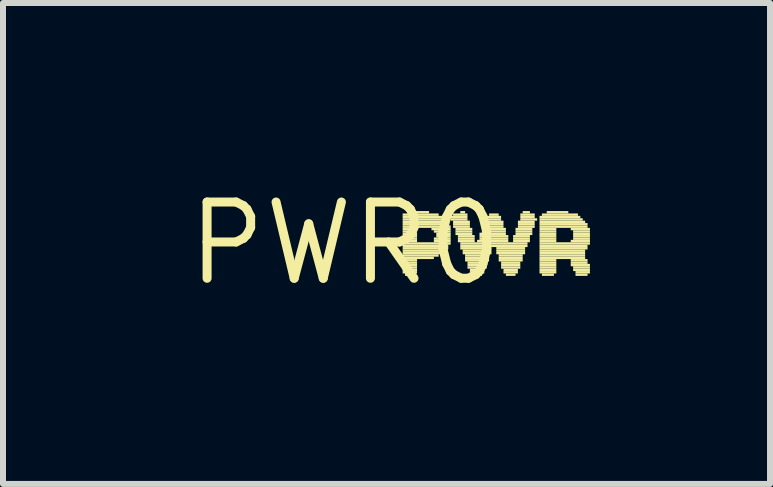
<source format=kicad_pcb>
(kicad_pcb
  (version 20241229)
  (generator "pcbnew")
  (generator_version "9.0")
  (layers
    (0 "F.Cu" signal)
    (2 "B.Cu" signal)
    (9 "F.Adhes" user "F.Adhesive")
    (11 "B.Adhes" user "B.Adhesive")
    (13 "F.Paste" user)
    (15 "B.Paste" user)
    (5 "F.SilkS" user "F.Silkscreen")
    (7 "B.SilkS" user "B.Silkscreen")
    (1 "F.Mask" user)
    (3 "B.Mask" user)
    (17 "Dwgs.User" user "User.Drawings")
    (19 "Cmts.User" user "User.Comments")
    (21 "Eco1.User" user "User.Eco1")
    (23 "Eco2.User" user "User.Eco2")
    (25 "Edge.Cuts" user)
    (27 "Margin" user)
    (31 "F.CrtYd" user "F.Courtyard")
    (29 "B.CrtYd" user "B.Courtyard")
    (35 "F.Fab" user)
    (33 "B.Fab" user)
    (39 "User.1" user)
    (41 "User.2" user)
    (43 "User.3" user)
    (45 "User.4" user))
  (footprint "PWR0"
    (layer "F.Cu")
    (at 2.698 1.006)
    (property "Reference" "PWR0" (at 0 0 0) (layer "F.SilkS") (effects (font (size 1.27 1.27) (thickness 0.15))))
    (fp_poly (pts (xy 0.96 -0.46) (xy 1.56 -0.46) (xy 1.56 -0.5) (xy 0.96 -0.5)) (stroke (width 0) (type default)) (fill yes) (layer "F.SilkS"))
    (fp_poly (pts (xy 0.96 -0.42) (xy 1.64 -0.42) (xy 1.64 -0.46) (xy 0.96 -0.46)) (stroke (width 0) (type default)) (fill yes) (layer "F.SilkS"))
    (fp_poly (pts (xy 0.96 -0.38) (xy 1.68 -0.38) (xy 1.68 -0.42) (xy 0.96 -0.42)) (stroke (width 0) (type default)) (fill yes) (layer "F.SilkS"))
    (fp_poly (pts (xy 0.96 -0.34) (xy 1.72 -0.34) (xy 1.72 -0.38) (xy 0.96 -0.38)) (stroke (width 0) (type default)) (fill yes) (layer "F.SilkS"))
    (fp_poly (pts (xy 0.96 -0.3) (xy 1.72 -0.3) (xy 1.72 -0.34) (xy 0.96 -0.34)) (stroke (width 0) (type default)) (fill yes) (layer "F.SilkS"))
    (fp_poly (pts (xy 0.96 -0.26) (xy 1.76 -0.26) (xy 1.76 -0.3) (xy 0.96 -0.3)) (stroke (width 0) (type default)) (fill yes) (layer "F.SilkS"))
    (fp_poly (pts (xy 0.96 -0.22) (xy 1.2 -0.22) (xy 1.2 -0.26) (xy 0.96 -0.26)) (stroke (width 0) (type default)) (fill yes) (layer "F.SilkS"))
    (fp_poly (pts (xy 0.96 -0.18) (xy 1.2 -0.18) (xy 1.2 -0.22) (xy 0.96 -0.22)) (stroke (width 0) (type default)) (fill yes) (layer "F.SilkS"))
    (fp_poly (pts (xy 0.96 -0.14) (xy 1.2 -0.14) (xy 1.2 -0.18) (xy 0.96 -0.18)) (stroke (width 0) (type default)) (fill yes) (layer "F.SilkS"))
    (fp_poly (pts (xy 0.96 -0.1) (xy 1.2 -0.1) (xy 1.2 -0.14) (xy 0.96 -0.14)) (stroke (width 0) (type default)) (fill yes) (layer "F.SilkS"))
    (fp_poly (pts (xy 0.96 -0.06) (xy 1.2 -0.06) (xy 1.2 -0.1) (xy 0.96 -0.1)) (stroke (width 0) (type default)) (fill yes) (layer "F.SilkS"))
    (fp_poly (pts (xy 0.96 -0.02) (xy 1.2 -0.02) (xy 1.2 -0.06) (xy 0.96 -0.06)) (stroke (width 0) (type default)) (fill yes) (layer "F.SilkS"))
    (fp_poly (pts (xy 0.96 0.02) (xy 1.76 0.02) (xy 1.76 -0.02) (xy 0.96 -0.02)) (stroke (width 0) (type default)) (fill yes) (layer "F.SilkS"))
    (fp_poly (pts (xy 0.96 0.06) (xy 1.72 0.06) (xy 1.72 0.02) (xy 0.96 0.02)) (stroke (width 0) (type default)) (fill yes) (layer "F.SilkS"))
    (fp_poly (pts (xy 0.96 0.1) (xy 1.72 0.1) (xy 1.72 0.06) (xy 0.96 0.06)) (stroke (width 0) (type default)) (fill yes) (layer "F.SilkS"))
    (fp_poly (pts (xy 0.96 0.14) (xy 1.68 0.14) (xy 1.68 0.1) (xy 0.96 0.1)) (stroke (width 0) (type default)) (fill yes) (layer "F.SilkS"))
    (fp_poly (pts (xy 0.96 0.18) (xy 1.64 0.18) (xy 1.64 0.14) (xy 0.96 0.14)) (stroke (width 0) (type default)) (fill yes) (layer "F.SilkS"))
    (fp_poly (pts (xy 0.96 0.22) (xy 1.56 0.22) (xy 1.56 0.18) (xy 0.96 0.18)) (stroke (width 0) (type default)) (fill yes) (layer "F.SilkS"))
    (fp_poly (pts (xy 0.96 0.26) (xy 1.48 0.26) (xy 1.48 0.22) (xy 0.96 0.22)) (stroke (width 0) (type default)) (fill yes) (layer "F.SilkS"))
    (fp_poly (pts (xy 0.96 0.3) (xy 1.2 0.3) (xy 1.2 0.26) (xy 0.96 0.26)) (stroke (width 0) (type default)) (fill yes) (layer "F.SilkS"))
    (fp_poly (pts (xy 0.96 0.34) (xy 1.2 0.34) (xy 1.2 0.3) (xy 0.96 0.3)) (stroke (width 0) (type default)) (fill yes) (layer "F.SilkS"))
    (fp_poly (pts (xy 0.96 0.38) (xy 1.2 0.38) (xy 1.2 0.34) (xy 0.96 0.34)) (stroke (width 0) (type default)) (fill yes) (layer "F.SilkS"))
    (fp_poly (pts (xy 0.96 0.42) (xy 1.2 0.42) (xy 1.2 0.38) (xy 0.96 0.38)) (stroke (width 0) (type default)) (fill yes) (layer "F.SilkS"))
    (fp_poly (pts (xy 0.96 0.46) (xy 1.2 0.46) (xy 1.2 0.42) (xy 0.96 0.42)) (stroke (width 0) (type default)) (fill yes) (layer "F.SilkS"))
    (fp_poly (pts (xy 0.96 0.5) (xy 1.2 0.5) (xy 1.2 0.46) (xy 0.96 0.46)) (stroke (width 0) (type default)) (fill yes) (layer "F.SilkS"))
    (fp_poly (pts (xy 1 0.54) (xy 1.16 0.54) (xy 1.16 0.5) (xy 1 0.5)) (stroke (width 0) (type default)) (fill yes) (layer "F.SilkS"))
    (fp_poly (pts (xy 1.04 -0.5) (xy 1.4 -0.5) (xy 1.4 -0.54) (xy 1.04 -0.54)) (stroke (width 0) (type default)) (fill yes) (layer "F.SilkS"))
    (fp_poly (pts (xy 1.44 -0.22) (xy 1.76 -0.22) (xy 1.76 -0.26) (xy 1.44 -0.26)) (stroke (width 0) (type default)) (fill yes) (layer "F.SilkS"))
    (fp_poly (pts (xy 1.48 -0.18) (xy 1.76 -0.18) (xy 1.76 -0.22) (xy 1.48 -0.22)) (stroke (width 0) (type default)) (fill yes) (layer "F.SilkS"))
    (fp_poly (pts (xy 1.48 -0.06) (xy 1.76 -0.06) (xy 1.76 -0.1) (xy 1.48 -0.1)) (stroke (width 0) (type default)) (fill yes) (layer "F.SilkS"))
    (fp_poly (pts (xy 1.48 -0.02) (xy 1.76 -0.02) (xy 1.76 -0.06) (xy 1.48 -0.06)) (stroke (width 0) (type default)) (fill yes) (layer "F.SilkS"))
    (fp_poly (pts (xy 1.52 -0.14) (xy 1.76 -0.14) (xy 1.76 -0.18) (xy 1.52 -0.18)) (stroke (width 0) (type default)) (fill yes) (layer "F.SilkS"))
    (fp_poly (pts (xy 1.52 -0.1) (xy 1.76 -0.1) (xy 1.76 -0.14) (xy 1.52 -0.14)) (stroke (width 0) (type default)) (fill yes) (layer "F.SilkS"))
    (fp_poly (pts (xy 1.76 -0.42) (xy 2.04 -0.42) (xy 2.04 -0.46) (xy 1.76 -0.46)) (stroke (width 0) (type default)) (fill yes) (layer "F.SilkS"))
    (fp_poly (pts (xy 1.76 -0.38) (xy 2.04 -0.38) (xy 2.04 -0.42) (xy 1.76 -0.42)) (stroke (width 0) (type default)) (fill yes) (layer "F.SilkS"))
    (fp_poly (pts (xy 1.8 -0.46) (xy 2.04 -0.46) (xy 2.04 -0.5) (xy 1.8 -0.5)) (stroke (width 0) (type default)) (fill yes) (layer "F.SilkS"))
    (fp_poly (pts (xy 1.8 -0.34) (xy 2.08 -0.34) (xy 2.08 -0.38) (xy 1.8 -0.38)) (stroke (width 0) (type default)) (fill yes) (layer "F.SilkS"))
    (fp_poly (pts (xy 1.8 -0.3) (xy 2.08 -0.3) (xy 2.08 -0.34) (xy 1.8 -0.34)) (stroke (width 0) (type default)) (fill yes) (layer "F.SilkS"))
    (fp_poly (pts (xy 1.8 -0.26) (xy 2.08 -0.26) (xy 2.08 -0.3) (xy 1.8 -0.3)) (stroke (width 0) (type default)) (fill yes) (layer "F.SilkS"))
    (fp_poly (pts (xy 1.84 -0.22) (xy 2.12 -0.22) (xy 2.12 -0.26) (xy 1.84 -0.26)) (stroke (width 0) (type default)) (fill yes) (layer "F.SilkS"))
    (fp_poly (pts (xy 1.84 -0.18) (xy 2.12 -0.18) (xy 2.12 -0.22) (xy 1.84 -0.22)) (stroke (width 0) (type default)) (fill yes) (layer "F.SilkS"))
    (fp_poly (pts (xy 1.84 -0.14) (xy 2.12 -0.14) (xy 2.12 -0.18) (xy 1.84 -0.18)) (stroke (width 0) (type default)) (fill yes) (layer "F.SilkS"))
    (fp_poly (pts (xy 1.88 -0.1) (xy 2.16 -0.1) (xy 2.16 -0.14) (xy 1.88 -0.14)) (stroke (width 0) (type default)) (fill yes) (layer "F.SilkS"))
    (fp_poly (pts (xy 1.88 -0.06) (xy 2.16 -0.06) (xy 2.16 -0.1) (xy 1.88 -0.1)) (stroke (width 0) (type default)) (fill yes) (layer "F.SilkS"))
    (fp_poly (pts (xy 1.88 -0.02) (xy 2.16 -0.02) (xy 2.16 -0.06) (xy 1.88 -0.06)) (stroke (width 0) (type default)) (fill yes) (layer "F.SilkS"))
    (fp_poly (pts (xy 1.92 -0.5) (xy 2 -0.5) (xy 2 -0.54) (xy 1.92 -0.54)) (stroke (width 0) (type default)) (fill yes) (layer "F.SilkS"))
    (fp_poly (pts (xy 1.92 0.02) (xy 3.04 0.02) (xy 3.04 -0.02) (xy 1.92 -0.02)) (stroke (width 0) (type default)) (fill yes) (layer "F.SilkS"))
    (fp_poly (pts (xy 1.92 0.06) (xy 3.04 0.06) (xy 3.04 0.02) (xy 1.92 0.02)) (stroke (width 0) (type default)) (fill yes) (layer "F.SilkS"))
    (fp_poly (pts (xy 1.92 0.1) (xy 2.44 0.1) (xy 2.44 0.06) (xy 1.92 0.06)) (stroke (width 0) (type default)) (fill yes) (layer "F.SilkS"))
    (fp_poly (pts (xy 1.96 0.14) (xy 2.44 0.14) (xy 2.44 0.1) (xy 1.96 0.1)) (stroke (width 0) (type default)) (fill yes) (layer "F.SilkS"))
    (fp_poly (pts (xy 1.96 0.18) (xy 2.44 0.18) (xy 2.44 0.14) (xy 1.96 0.14)) (stroke (width 0) (type default)) (fill yes) (layer "F.SilkS"))
    (fp_poly (pts (xy 2 0.22) (xy 2.4 0.22) (xy 2.4 0.18) (xy 2 0.18)) (stroke (width 0) (type default)) (fill yes) (layer "F.SilkS"))
    (fp_poly (pts (xy 2 0.26) (xy 2.4 0.26) (xy 2.4 0.22) (xy 2 0.22)) (stroke (width 0) (type default)) (fill yes) (layer "F.SilkS"))
    (fp_poly (pts (xy 2 0.3) (xy 2.4 0.3) (xy 2.4 0.26) (xy 2 0.26)) (stroke (width 0) (type default)) (fill yes) (layer "F.SilkS"))
    (fp_poly (pts (xy 2.04 0.34) (xy 2.36 0.34) (xy 2.36 0.3) (xy 2.04 0.3)) (stroke (width 0) (type default)) (fill yes) (layer "F.SilkS"))
    (fp_poly (pts (xy 2.04 0.38) (xy 2.36 0.38) (xy 2.36 0.34) (xy 2.04 0.34)) (stroke (width 0) (type default)) (fill yes) (layer "F.SilkS"))
    (fp_poly (pts (xy 2.04 0.42) (xy 2.36 0.42) (xy 2.36 0.38) (xy 2.04 0.38)) (stroke (width 0) (type default)) (fill yes) (layer "F.SilkS"))
    (fp_poly (pts (xy 2.08 0.46) (xy 2.32 0.46) (xy 2.32 0.42) (xy 2.08 0.42)) (stroke (width 0) (type default)) (fill yes) (layer "F.SilkS"))
    (fp_poly (pts (xy 2.08 0.5) (xy 2.32 0.5) (xy 2.32 0.46) (xy 2.08 0.46)) (stroke (width 0) (type default)) (fill yes) (layer "F.SilkS"))
    (fp_poly (pts (xy 2.12 0.54) (xy 2.28 0.54) (xy 2.28 0.5) (xy 2.12 0.5)) (stroke (width 0) (type default)) (fill yes) (layer "F.SilkS"))
    (fp_poly (pts (xy 2.2 -0.02) (xy 2.72 -0.02) (xy 2.72 -0.06) (xy 2.2 -0.06)) (stroke (width 0) (type default)) (fill yes) (layer "F.SilkS"))
    (fp_poly (pts (xy 2.24 -0.14) (xy 2.68 -0.14) (xy 2.68 -0.18) (xy 2.24 -0.18)) (stroke (width 0) (type default)) (fill yes) (layer "F.SilkS"))
    (fp_poly (pts (xy 2.24 -0.1) (xy 2.72 -0.1) (xy 2.72 -0.14) (xy 2.24 -0.14)) (stroke (width 0) (type default)) (fill yes) (layer "F.SilkS"))
    (fp_poly (pts (xy 2.24 -0.06) (xy 2.72 -0.06) (xy 2.72 -0.1) (xy 2.24 -0.1)) (stroke (width 0) (type default)) (fill yes) (layer "F.SilkS"))
    (fp_poly (pts (xy 2.28 -0.26) (xy 2.64 -0.26) (xy 2.64 -0.3) (xy 2.28 -0.3)) (stroke (width 0) (type default)) (fill yes) (layer "F.SilkS"))
    (fp_poly (pts (xy 2.28 -0.22) (xy 2.68 -0.22) (xy 2.68 -0.26) (xy 2.28 -0.26)) (stroke (width 0) (type default)) (fill yes) (layer "F.SilkS"))
    (fp_poly (pts (xy 2.28 -0.18) (xy 2.68 -0.18) (xy 2.68 -0.22) (xy 2.28 -0.22)) (stroke (width 0) (type default)) (fill yes) (layer "F.SilkS"))
    (fp_poly (pts (xy 2.32 -0.38) (xy 2.6 -0.38) (xy 2.6 -0.42) (xy 2.32 -0.42)) (stroke (width 0) (type default)) (fill yes) (layer "F.SilkS"))
    (fp_poly (pts (xy 2.32 -0.34) (xy 2.64 -0.34) (xy 2.64 -0.38) (xy 2.32 -0.38)) (stroke (width 0) (type default)) (fill yes) (layer "F.SilkS"))
    (fp_poly (pts (xy 2.32 -0.3) (xy 2.64 -0.3) (xy 2.64 -0.34) (xy 2.32 -0.34)) (stroke (width 0) (type default)) (fill yes) (layer "F.SilkS"))
    (fp_poly (pts (xy 2.36 -0.42) (xy 2.6 -0.42) (xy 2.6 -0.46) (xy 2.36 -0.46)) (stroke (width 0) (type default)) (fill yes) (layer "F.SilkS"))
    (fp_poly (pts (xy 2.4 -0.46) (xy 2.56 -0.46) (xy 2.56 -0.5) (xy 2.4 -0.5)) (stroke (width 0) (type default)) (fill yes) (layer "F.SilkS"))
    (fp_poly (pts (xy 2.52 0.1) (xy 3 0.1) (xy 3 0.06) (xy 2.52 0.06)) (stroke (width 0) (type default)) (fill yes) (layer "F.SilkS"))
    (fp_poly (pts (xy 2.52 0.14) (xy 3 0.14) (xy 3 0.1) (xy 2.52 0.1)) (stroke (width 0) (type default)) (fill yes) (layer "F.SilkS"))
    (fp_poly (pts (xy 2.52 0.18) (xy 3 0.18) (xy 3 0.14) (xy 2.52 0.14)) (stroke (width 0) (type default)) (fill yes) (layer "F.SilkS"))
    (fp_poly (pts (xy 2.56 0.22) (xy 2.96 0.22) (xy 2.96 0.18) (xy 2.56 0.18)) (stroke (width 0) (type default)) (fill yes) (layer "F.SilkS"))
    (fp_poly (pts (xy 2.56 0.26) (xy 2.96 0.26) (xy 2.96 0.22) (xy 2.56 0.22)) (stroke (width 0) (type default)) (fill yes) (layer "F.SilkS"))
    (fp_poly (pts (xy 2.56 0.3) (xy 2.96 0.3) (xy 2.96 0.26) (xy 2.56 0.26)) (stroke (width 0) (type default)) (fill yes) (layer "F.SilkS"))
    (fp_poly (pts (xy 2.6 0.34) (xy 2.92 0.34) (xy 2.92 0.3) (xy 2.6 0.3)) (stroke (width 0) (type default)) (fill yes) (layer "F.SilkS"))
    (fp_poly (pts (xy 2.6 0.38) (xy 2.92 0.38) (xy 2.92 0.34) (xy 2.6 0.34)) (stroke (width 0) (type default)) (fill yes) (layer "F.SilkS"))
    (fp_poly (pts (xy 2.6 0.42) (xy 2.92 0.42) (xy 2.92 0.38) (xy 2.6 0.38)) (stroke (width 0) (type default)) (fill yes) (layer "F.SilkS"))
    (fp_poly (pts (xy 2.64 0.46) (xy 2.88 0.46) (xy 2.88 0.42) (xy 2.64 0.42)) (stroke (width 0) (type default)) (fill yes) (layer "F.SilkS"))
    (fp_poly (pts (xy 2.64 0.5) (xy 2.88 0.5) (xy 2.88 0.46) (xy 2.64 0.46)) (stroke (width 0) (type default)) (fill yes) (layer "F.SilkS"))
    (fp_poly (pts (xy 2.68 0.54) (xy 2.84 0.54) (xy 2.84 0.5) (xy 2.68 0.5)) (stroke (width 0) (type default)) (fill yes) (layer "F.SilkS"))
    (fp_poly (pts (xy 2.8 -0.1) (xy 3.08 -0.1) (xy 3.08 -0.14) (xy 2.8 -0.14)) (stroke (width 0) (type default)) (fill yes) (layer "F.SilkS"))
    (fp_poly (pts (xy 2.8 -0.06) (xy 3.08 -0.06) (xy 3.08 -0.1) (xy 2.8 -0.1)) (stroke (width 0) (type default)) (fill yes) (layer "F.SilkS"))
    (fp_poly (pts (xy 2.8 -0.02) (xy 3.08 -0.02) (xy 3.08 -0.06) (xy 2.8 -0.06)) (stroke (width 0) (type default)) (fill yes) (layer "F.SilkS"))
    (fp_poly (pts (xy 2.84 -0.22) (xy 3.12 -0.22) (xy 3.12 -0.26) (xy 2.84 -0.26)) (stroke (width 0) (type default)) (fill yes) (layer "F.SilkS"))
    (fp_poly (pts (xy 2.84 -0.18) (xy 3.12 -0.18) (xy 3.12 -0.22) (xy 2.84 -0.22)) (stroke (width 0) (type default)) (fill yes) (layer "F.SilkS"))
    (fp_poly (pts (xy 2.84 -0.14) (xy 3.12 -0.14) (xy 3.12 -0.18) (xy 2.84 -0.18)) (stroke (width 0) (type default)) (fill yes) (layer "F.SilkS"))
    (fp_poly (pts (xy 2.88 -0.34) (xy 3.16 -0.34) (xy 3.16 -0.38) (xy 2.88 -0.38)) (stroke (width 0) (type default)) (fill yes) (layer "F.SilkS"))
    (fp_poly (pts (xy 2.88 -0.3) (xy 3.16 -0.3) (xy 3.16 -0.34) (xy 2.88 -0.34)) (stroke (width 0) (type default)) (fill yes) (layer "F.SilkS"))
    (fp_poly (pts (xy 2.88 -0.26) (xy 3.16 -0.26) (xy 3.16 -0.3) (xy 2.88 -0.3)) (stroke (width 0) (type default)) (fill yes) (layer "F.SilkS"))
    (fp_poly (pts (xy 2.92 -0.46) (xy 3.16 -0.46) (xy 3.16 -0.5) (xy 2.92 -0.5)) (stroke (width 0) (type default)) (fill yes) (layer "F.SilkS"))
    (fp_poly (pts (xy 2.92 -0.42) (xy 3.16 -0.42) (xy 3.16 -0.46) (xy 2.92 -0.46)) (stroke (width 0) (type default)) (fill yes) (layer "F.SilkS"))
    (fp_poly (pts (xy 2.92 -0.38) (xy 3.2 -0.38) (xy 3.2 -0.42) (xy 2.92 -0.42)) (stroke (width 0) (type default)) (fill yes) (layer "F.SilkS"))
    (fp_poly (pts (xy 2.96 -0.5) (xy 3.08 -0.5) (xy 3.08 -0.54) (xy 2.96 -0.54)) (stroke (width 0) (type default)) (fill yes) (layer "F.SilkS"))
    (fp_poly (pts (xy 3.24 -0.42) (xy 3.92 -0.42) (xy 3.92 -0.46) (xy 3.24 -0.46)) (stroke (width 0) (type default)) (fill yes) (layer "F.SilkS"))
    (fp_poly (pts (xy 3.24 -0.38) (xy 3.96 -0.38) (xy 3.96 -0.42) (xy 3.24 -0.42)) (stroke (width 0) (type default)) (fill yes) (layer "F.SilkS"))
    (fp_poly (pts (xy 3.24 -0.34) (xy 4 -0.34) (xy 4 -0.38) (xy 3.24 -0.38)) (stroke (width 0) (type default)) (fill yes) (layer "F.SilkS"))
    (fp_poly (pts (xy 3.24 -0.3) (xy 4.04 -0.3) (xy 4.04 -0.34) (xy 3.24 -0.34)) (stroke (width 0) (type default)) (fill yes) (layer "F.SilkS"))
    (fp_poly (pts (xy 3.24 -0.26) (xy 4.04 -0.26) (xy 4.04 -0.3) (xy 3.24 -0.3)) (stroke (width 0) (type default)) (fill yes) (layer "F.SilkS"))
    (fp_poly (pts (xy 3.24 -0.22) (xy 3.52 -0.22) (xy 3.52 -0.26) (xy 3.24 -0.26)) (stroke (width 0) (type default)) (fill yes) (layer "F.SilkS"))
    (fp_poly (pts (xy 3.24 -0.18) (xy 3.52 -0.18) (xy 3.52 -0.22) (xy 3.24 -0.22)) (stroke (width 0) (type default)) (fill yes) (layer "F.SilkS"))
    (fp_poly (pts (xy 3.24 -0.14) (xy 3.52 -0.14) (xy 3.52 -0.18) (xy 3.24 -0.18)) (stroke (width 0) (type default)) (fill yes) (layer "F.SilkS"))
    (fp_poly (pts (xy 3.24 -0.1) (xy 3.52 -0.1) (xy 3.52 -0.14) (xy 3.24 -0.14)) (stroke (width 0) (type default)) (fill yes) (layer "F.SilkS"))
    (fp_poly (pts (xy 3.24 -0.06) (xy 3.52 -0.06) (xy 3.52 -0.1) (xy 3.24 -0.1)) (stroke (width 0) (type default)) (fill yes) (layer "F.SilkS"))
    (fp_poly (pts (xy 3.24 -0.02) (xy 3.52 -0.02) (xy 3.52 -0.06) (xy 3.24 -0.06)) (stroke (width 0) (type default)) (fill yes) (layer "F.SilkS"))
    (fp_poly (pts (xy 3.24 0.02) (xy 4.08 0.02) (xy 4.08 -0.02) (xy 3.24 -0.02)) (stroke (width 0) (type default)) (fill yes) (layer "F.SilkS"))
    (fp_poly (pts (xy 3.24 0.06) (xy 4.04 0.06) (xy 4.04 0.02) (xy 3.24 0.02)) (stroke (width 0) (type default)) (fill yes) (layer "F.SilkS"))
    (fp_poly (pts (xy 3.24 0.1) (xy 4.04 0.1) (xy 4.04 0.06) (xy 3.24 0.06)) (stroke (width 0) (type default)) (fill yes) (layer "F.SilkS"))
    (fp_poly (pts (xy 3.24 0.14) (xy 4 0.14) (xy 4 0.1) (xy 3.24 0.1)) (stroke (width 0) (type default)) (fill yes) (layer "F.SilkS"))
    (fp_poly (pts (xy 3.24 0.18) (xy 4 0.18) (xy 4 0.14) (xy 3.24 0.14)) (stroke (width 0) (type default)) (fill yes) (layer "F.SilkS"))
    (fp_poly (pts (xy 3.24 0.22) (xy 4 0.22) (xy 4 0.18) (xy 3.24 0.18)) (stroke (width 0) (type default)) (fill yes) (layer "F.SilkS"))
    (fp_poly (pts (xy 3.24 0.26) (xy 4 0.26) (xy 4 0.22) (xy 3.24 0.22)) (stroke (width 0) (type default)) (fill yes) (layer "F.SilkS"))
    (fp_poly (pts (xy 3.24 0.3) (xy 3.52 0.3) (xy 3.52 0.26) (xy 3.24 0.26)) (stroke (width 0) (type default)) (fill yes) (layer "F.SilkS"))
    (fp_poly (pts (xy 3.24 0.34) (xy 3.52 0.34) (xy 3.52 0.3) (xy 3.24 0.3)) (stroke (width 0) (type default)) (fill yes) (layer "F.SilkS"))
    (fp_poly (pts (xy 3.24 0.38) (xy 3.52 0.38) (xy 3.52 0.34) (xy 3.24 0.34)) (stroke (width 0) (type default)) (fill yes) (layer "F.SilkS"))
    (fp_poly (pts (xy 3.24 0.42) (xy 3.52 0.42) (xy 3.52 0.38) (xy 3.24 0.38)) (stroke (width 0) (type default)) (fill yes) (layer "F.SilkS"))
    (fp_poly (pts (xy 3.24 0.46) (xy 3.52 0.46) (xy 3.52 0.42) (xy 3.24 0.42)) (stroke (width 0) (type default)) (fill yes) (layer "F.SilkS"))
    (fp_poly (pts (xy 3.24 0.5) (xy 3.52 0.5) (xy 3.52 0.46) (xy 3.24 0.46)) (stroke (width 0) (type default)) (fill yes) (layer "F.SilkS"))
    (fp_poly (pts (xy 3.28 -0.46) (xy 3.88 -0.46) (xy 3.88 -0.5) (xy 3.28 -0.5)) (stroke (width 0) (type default)) (fill yes) (layer "F.SilkS"))
    (fp_poly (pts (xy 3.28 0.54) (xy 3.48 0.54) (xy 3.48 0.5) (xy 3.28 0.5)) (stroke (width 0) (type default)) (fill yes) (layer "F.SilkS"))
    (fp_poly (pts (xy 3.36 -0.5) (xy 3.72 -0.5) (xy 3.72 -0.54) (xy 3.36 -0.54)) (stroke (width 0) (type default)) (fill yes) (layer "F.SilkS"))
    (fp_poly (pts (xy 3.76 -0.22) (xy 4.08 -0.22) (xy 4.08 -0.26) (xy 3.76 -0.26)) (stroke (width 0) (type default)) (fill yes) (layer "F.SilkS"))
    (fp_poly (pts (xy 3.76 -0.02) (xy 4.08 -0.02) (xy 4.08 -0.06) (xy 3.76 -0.06)) (stroke (width 0) (type default)) (fill yes) (layer "F.SilkS"))
    (fp_poly (pts (xy 3.76 0.3) (xy 4.04 0.3) (xy 4.04 0.26) (xy 3.76 0.26)) (stroke (width 0) (type default)) (fill yes) (layer "F.SilkS"))
    (fp_poly (pts (xy 3.76 0.34) (xy 4.04 0.34) (xy 4.04 0.3) (xy 3.76 0.3)) (stroke (width 0) (type default)) (fill yes) (layer "F.SilkS"))
    (fp_poly (pts (xy 3.76 0.38) (xy 4.08 0.38) (xy 4.08 0.34) (xy 3.76 0.34)) (stroke (width 0) (type default)) (fill yes) (layer "F.SilkS"))
    (fp_poly (pts (xy 3.8 -0.18) (xy 4.08 -0.18) (xy 4.08 -0.22) (xy 3.8 -0.22)) (stroke (width 0) (type default)) (fill yes) (layer "F.SilkS"))
    (fp_poly (pts (xy 3.8 -0.14) (xy 4.08 -0.14) (xy 4.08 -0.18) (xy 3.8 -0.18)) (stroke (width 0) (type default)) (fill yes) (layer "F.SilkS"))
    (fp_poly (pts (xy 3.8 -0.1) (xy 4.08 -0.1) (xy 4.08 -0.14) (xy 3.8 -0.14)) (stroke (width 0) (type default)) (fill yes) (layer "F.SilkS"))
    (fp_poly (pts (xy 3.8 -0.06) (xy 4.08 -0.06) (xy 4.08 -0.1) (xy 3.8 -0.1)) (stroke (width 0) (type default)) (fill yes) (layer "F.SilkS"))
    (fp_poly (pts (xy 3.8 0.42) (xy 4.08 0.42) (xy 4.08 0.38) (xy 3.8 0.38)) (stroke (width 0) (type default)) (fill yes) (layer "F.SilkS"))
    (fp_poly (pts (xy 3.8 0.46) (xy 4.08 0.46) (xy 4.08 0.42) (xy 3.8 0.42)) (stroke (width 0) (type default)) (fill yes) (layer "F.SilkS"))
    (fp_poly (pts (xy 3.84 0.5) (xy 4.08 0.5) (xy 4.08 0.46) (xy 3.84 0.46)) (stroke (width 0) (type default)) (fill yes) (layer "F.SilkS"))
    (fp_poly (pts (xy 3.84 0.54) (xy 4.04 0.54) (xy 4.04 0.5) (xy 3.84 0.5)) (stroke (width 0) (type default)) (fill yes) (layer "F.SilkS")))
  (gr_rect
    (start -3 -3)
    (end 9.778 5.012)
    (stroke (width 0.1) (type default))
    (fill no)
    (layer "Edge.Cuts")))
</source>
